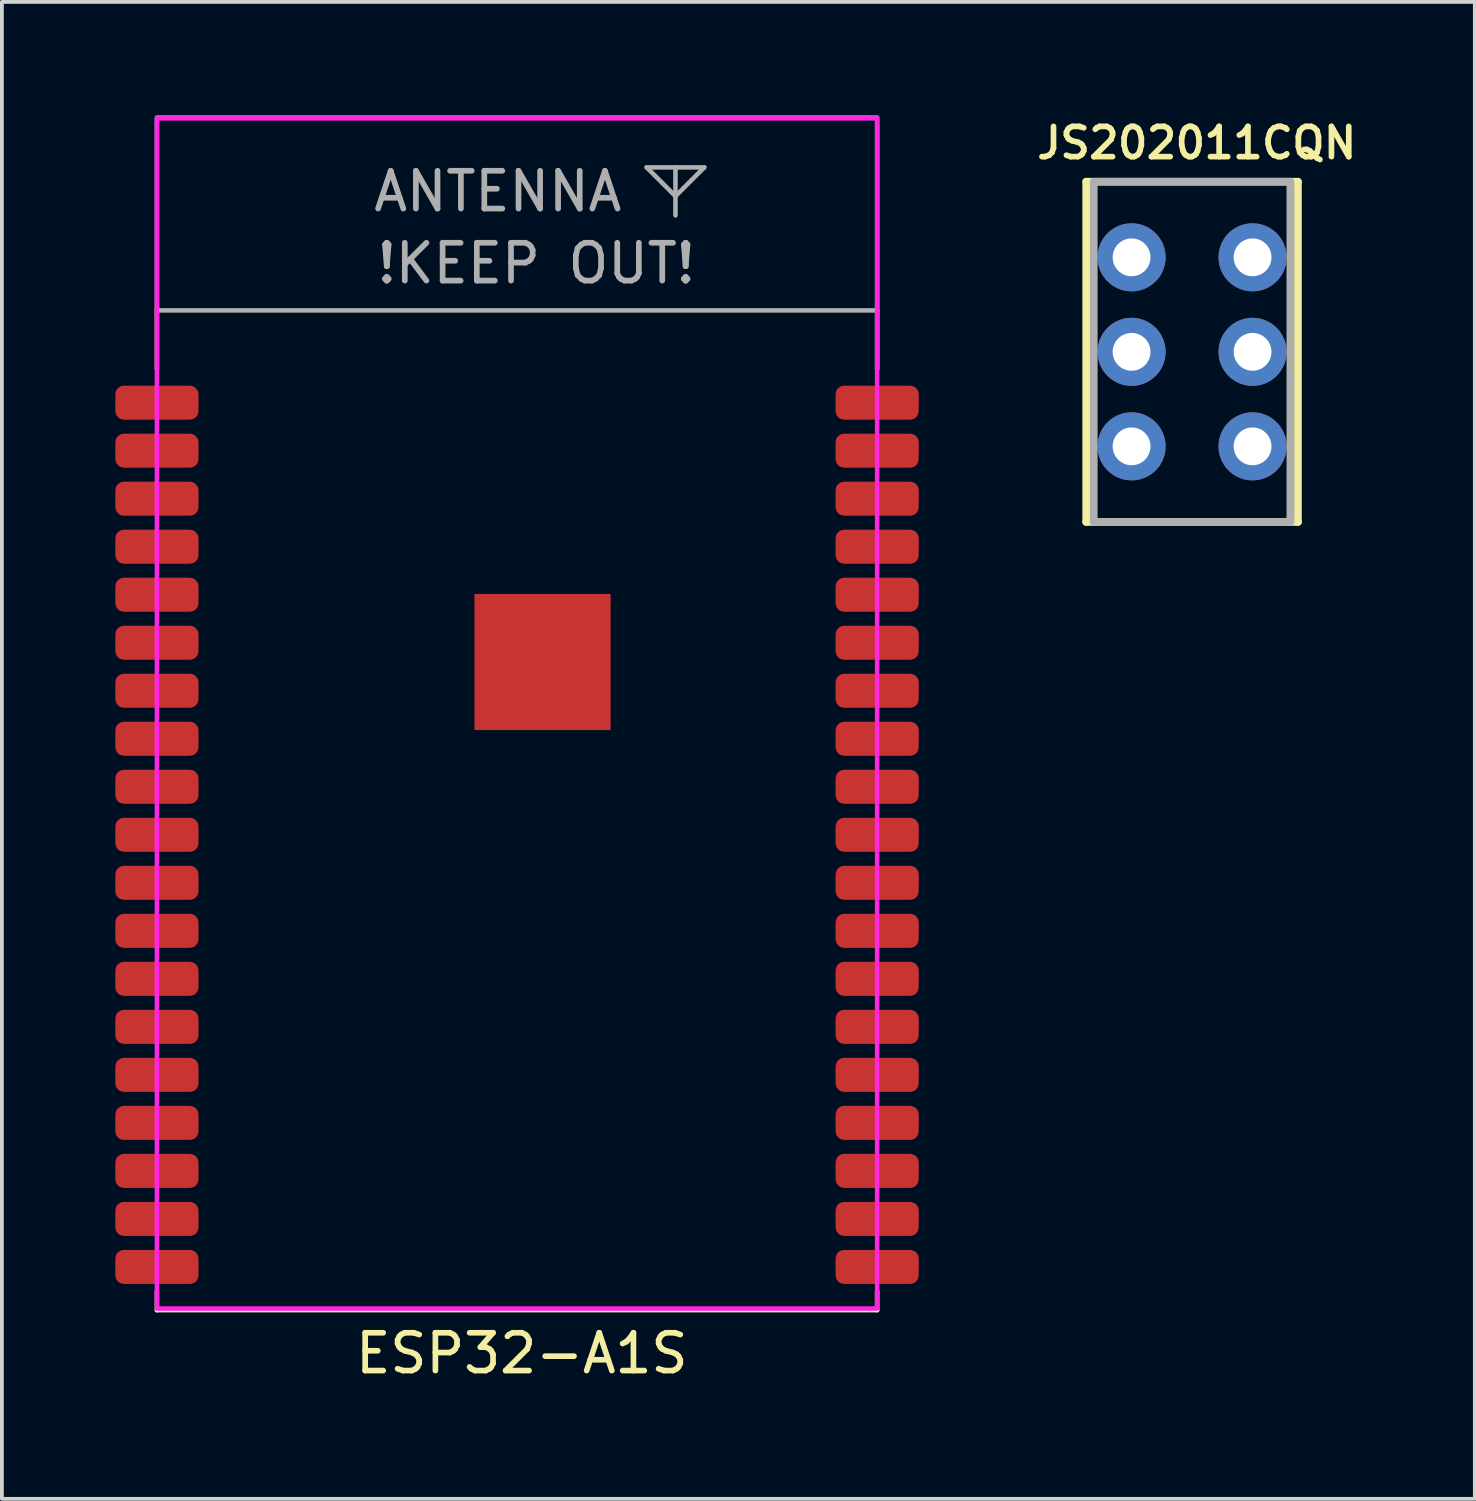
<source format=kicad_pcb>
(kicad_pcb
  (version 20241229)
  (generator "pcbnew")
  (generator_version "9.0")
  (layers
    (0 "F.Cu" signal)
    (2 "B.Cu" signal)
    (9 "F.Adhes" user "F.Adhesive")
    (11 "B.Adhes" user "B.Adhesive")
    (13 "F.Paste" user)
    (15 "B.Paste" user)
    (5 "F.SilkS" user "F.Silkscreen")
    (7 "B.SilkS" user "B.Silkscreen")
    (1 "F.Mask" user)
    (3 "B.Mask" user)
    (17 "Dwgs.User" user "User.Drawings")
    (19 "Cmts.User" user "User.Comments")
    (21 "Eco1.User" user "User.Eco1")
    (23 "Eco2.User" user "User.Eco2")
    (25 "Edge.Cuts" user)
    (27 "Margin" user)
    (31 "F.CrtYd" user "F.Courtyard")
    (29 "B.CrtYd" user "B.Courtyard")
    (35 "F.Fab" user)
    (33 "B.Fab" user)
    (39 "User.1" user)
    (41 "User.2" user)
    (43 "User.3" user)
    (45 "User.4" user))
  (footprint "ESP32-A1S"
    (layer "F.Cu")
    (at 1.1 7.6)
    (property "Reference" "ESP32-A1S" (at 9.652 25.146 0) (unlocked yes) (layer "F.SilkS") (effects (font (size 1 1) (thickness 0.15))))
    (attr smd)
    (fp_line (start 0 -2.44) (end 0 -0.889) (stroke (width 0.12) (type solid)) (layer "F.SilkS"))
    (fp_line (start 0 24.003) (end 0 23.495) (stroke (width 0.12) (type solid)) (layer "F.SilkS"))
    (fp_line (start 0 24.003) (end 19.05 24.003) (stroke (width 0.12) (type solid)) (layer "F.SilkS"))
    (fp_line (start 19.05 -2.44) (end 19.05 -0.889) (stroke (width 0.12) (type solid)) (layer "F.SilkS"))
    (fp_line (start 19.05 24.003) (end 19.05 23.495) (stroke (width 0.12) (type solid)) (layer "F.SilkS"))
    (fp_rect (start 0 -7.52) (end 19.05 23.96) (stroke (width 0.12) (type solid)) (fill no) (layer "F.CrtYd"))
    (fp_line (start 12.954 -6.223) (end 13.716 -5.461) (stroke (width 0.12) (type solid)) (layer "F.Fab"))
    (fp_line (start 12.954 -6.223) (end 14.478 -6.223) (stroke (width 0.12) (type solid)) (layer "F.Fab"))
    (fp_line (start 13.716 -6.223) (end 13.716 -4.953) (stroke (width 0.12) (type solid)) (layer "F.Fab"))
    (fp_line (start 13.716 -5.461) (end 14.478 -6.223) (stroke (width 0.12) (type solid)) (layer "F.Fab"))
    (fp_rect (start 0 -7.54) (end 19.05 -2.44) (stroke (width 0.12) (type solid)) (fill no) (layer "F.Fab"))
    (fp_text user "ANTENNA" (at 9.017 -5.588 0) (unlocked yes) (layer "F.Fab") (effects (font (size 1 1) (thickness 0.15))))
    (fp_text user "!KEEP OUT!" (at 10.033 -3.683 0) (unlocked yes) (layer "F.Fab") (effects (font (size 1 1) (thickness 0.15))))
    (pad "1" smd roundrect (at 0 0) (size 2.2 0.9) (layers "F.Cu" "F.Mask" "F.Paste") (roundrect_rratio 0.25))
    (pad "2" smd roundrect (at 0 1.27) (size 2.2 0.9) (layers "F.Cu" "F.Mask" "F.Paste") (roundrect_rratio 0.25))
    (pad "3" smd roundrect (at 0 2.54) (size 2.2 0.9) (layers "F.Cu" "F.Mask" "F.Paste") (roundrect_rratio 0.25))
    (pad "4" smd roundrect (at 0 3.81) (size 2.2 0.9) (layers "F.Cu" "F.Mask" "F.Paste") (roundrect_rratio 0.25))
    (pad "5" smd roundrect (at 0 5.08) (size 2.2 0.9) (layers "F.Cu" "F.Mask" "F.Paste") (roundrect_rratio 0.25))
    (pad "6" smd roundrect (at 0 6.35) (size 2.2 0.9) (layers "F.Cu" "F.Mask" "F.Paste") (roundrect_rratio 0.25))
    (pad "7" smd roundrect (at 0 7.62) (size 2.2 0.9) (layers "F.Cu" "F.Mask" "F.Paste") (roundrect_rratio 0.25))
    (pad "8" smd roundrect (at 0 8.89) (size 2.2 0.9) (layers "F.Cu" "F.Mask" "F.Paste") (roundrect_rratio 0.25))
    (pad "9" smd roundrect (at 0 10.16) (size 2.2 0.9) (layers "F.Cu" "F.Mask" "F.Paste") (roundrect_rratio 0.25))
    (pad "10" smd roundrect (at 0 11.43) (size 2.2 0.9) (layers "F.Cu" "F.Mask" "F.Paste") (roundrect_rratio 0.25))
    (pad "11" smd roundrect (at 0 12.7) (size 2.2 0.9) (layers "F.Cu" "F.Mask" "F.Paste") (roundrect_rratio 0.25))
    (pad "12" smd roundrect (at 0 13.97) (size 2.2 0.9) (layers "F.Cu" "F.Mask" "F.Paste") (roundrect_rratio 0.25))
    (pad "13" smd roundrect (at 0 15.24) (size 2.2 0.9) (layers "F.Cu" "F.Mask" "F.Paste") (roundrect_rratio 0.25))
    (pad "14" smd roundrect (at 0 16.51) (size 2.2 0.9) (layers "F.Cu" "F.Mask" "F.Paste") (roundrect_rratio 0.25))
    (pad "15" smd roundrect (at 0 17.78) (size 2.2 0.9) (layers "F.Cu" "F.Mask" "F.Paste") (roundrect_rratio 0.25))
    (pad "16" smd roundrect (at 0 19.05) (size 2.2 0.9) (layers "F.Cu" "F.Mask" "F.Paste") (roundrect_rratio 0.25))
    (pad "17" smd roundrect (at 0 20.32) (size 2.2 0.9) (layers "F.Cu" "F.Mask" "F.Paste") (roundrect_rratio 0.25))
    (pad "18" smd roundrect (at 0 21.59) (size 2.2 0.9) (layers "F.Cu" "F.Mask" "F.Paste") (roundrect_rratio 0.25))
    (pad "19" smd roundrect (at 0 22.86) (size 2.2 0.9) (layers "F.Cu" "F.Mask" "F.Paste") (roundrect_rratio 0.25))
    (pad "20" smd roundrect (at 19.05 22.86) (size 2.2 0.9) (layers "F.Cu" "F.Mask" "F.Paste") (roundrect_rratio 0.25))
    (pad "21" smd roundrect (at 19.05 21.59) (size 2.2 0.9) (layers "F.Cu" "F.Mask" "F.Paste") (roundrect_rratio 0.25))
    (pad "22" smd roundrect (at 19.05 20.32) (size 2.2 0.9) (layers "F.Cu" "F.Mask" "F.Paste") (roundrect_rratio 0.25))
    (pad "23" smd roundrect (at 19.05 19.05) (size 2.2 0.9) (layers "F.Cu" "F.Mask" "F.Paste") (roundrect_rratio 0.25))
    (pad "24" smd roundrect (at 19.05 17.78) (size 2.2 0.9) (layers "F.Cu" "F.Mask" "F.Paste") (roundrect_rratio 0.25))
    (pad "25" smd roundrect (at 19.05 16.51) (size 2.2 0.9) (layers "F.Cu" "F.Mask" "F.Paste") (roundrect_rratio 0.25))
    (pad "26" smd roundrect (at 19.05 15.24) (size 2.2 0.9) (layers "F.Cu" "F.Mask" "F.Paste") (roundrect_rratio 0.25))
    (pad "27" smd roundrect (at 19.05 13.97) (size 2.2 0.9) (layers "F.Cu" "F.Mask" "F.Paste") (roundrect_rratio 0.25))
    (pad "28" smd roundrect (at 19.05 12.7) (size 2.2 0.9) (layers "F.Cu" "F.Mask" "F.Paste") (roundrect_rratio 0.25))
    (pad "29" smd roundrect (at 19.05 11.43) (size 2.2 0.9) (layers "F.Cu" "F.Mask" "F.Paste") (roundrect_rratio 0.25))
    (pad "30" smd roundrect (at 19.05 10.16) (size 2.2 0.9) (layers "F.Cu" "F.Mask" "F.Paste") (roundrect_rratio 0.25))
    (pad "31" smd roundrect (at 19.05 8.89) (size 2.2 0.9) (layers "F.Cu" "F.Mask" "F.Paste") (roundrect_rratio 0.25))
    (pad "32" smd roundrect (at 19.05 7.62) (size 2.2 0.9) (layers "F.Cu" "F.Mask" "F.Paste") (roundrect_rratio 0.25))
    (pad "33" smd roundrect (at 19.05 6.35) (size 2.2 0.9) (layers "F.Cu" "F.Mask" "F.Paste") (roundrect_rratio 0.25))
    (pad "34" smd roundrect (at 19.05 5.08) (size 2.2 0.9) (layers "F.Cu" "F.Mask" "F.Paste") (roundrect_rratio 0.25))
    (pad "35" smd roundrect (at 19.05 3.81) (size 2.2 0.9) (layers "F.Cu" "F.Mask" "F.Paste") (roundrect_rratio 0.25))
    (pad "36" smd roundrect (at 19.05 2.54) (size 2.2 0.9) (layers "F.Cu" "F.Mask" "F.Paste") (roundrect_rratio 0.25))
    (pad "37" smd roundrect (at 19.05 1.27) (size 2.2 0.9) (layers "F.Cu" "F.Mask" "F.Paste") (roundrect_rratio 0.25))
    (pad "38" smd roundrect (at 19.05 0) (size 2.2 0.9) (layers "F.Cu" "F.Mask" "F.Paste") (roundrect_rratio 0.25))
    (pad "39" smd rect (at 10.2 6.86 90) (size 3.6 3.6) (layers "F.Cu" "F.Mask" "F.Paste"))
    (zone (net_name "") (layers "F.Cu" "B.Cu") (name "ANT") (hatch edge 0.508) (connect_pads) (min_thickness 0.254) (filled_areas_thickness no) (keepout (tracks not_allowed) (vias not_allowed) (pads not_allowed) (copperpour not_allowed) (footprints not_allowed)) (placement (enabled no)) (fill) (polygon (pts (xy 20.15 5.16) (xy 1.1 5.16) (xy 1.1 0.06) (xy 20.15 0.06)))))
  (footprint "JS202011CQN"
    (layer "F.Cu")
    (at 26.88 8.756)
    (property "Reference" "JS202011CQN" (at 1.725 -8.025 0) (layer "F.SilkS") (effects (font (size 0.8 0.8) (thickness 0.15))))
    (attr through_hole)
    (fp_line (start -1.2 -7) (end -1.2 2) (stroke (width 0.203) (type solid)) (layer "F.SilkS"))
    (fp_line (start -1.2 2) (end 4.4 2) (stroke (width 0.203) (type solid)) (layer "F.SilkS"))
    (fp_line (start 4.4 -7) (end -1.2 -7) (stroke (width 0.203) (type solid)) (layer "F.SilkS"))
    (fp_line (start 4.4 2) (end 4.4 -7) (stroke (width 0.203) (type solid)) (layer "F.SilkS"))
    (fp_line (start -1 -7) (end -1 2) (stroke (width 0.203) (type solid)) (layer "F.Fab"))
    (fp_line (start -1 2) (end 4.2 2) (stroke (width 0.203) (type solid)) (layer "F.Fab"))
    (fp_line (start 4.2 -7) (end -1 -7) (stroke (width 0.203) (type solid)) (layer "F.Fab"))
    (fp_line (start 4.2 2) (end 4.2 -7) (stroke (width 0.203) (type solid)) (layer "F.Fab"))
    (pad "1" thru_hole circle (at 0 0) (size 1.8 1.8) (drill 1) (layers "*.Cu" "*.Mask"))
    (pad "2" thru_hole circle (at 0 -2.5) (size 1.8 1.8) (drill 1) (layers "*.Cu" "*.Mask"))
    (pad "3" thru_hole circle (at 0 -5) (size 1.8 1.8) (drill 1) (layers "*.Cu" "*.Mask"))
    (pad "4" thru_hole circle (at 3.2 0) (size 1.8 1.8) (drill 1) (layers "*.Cu" "*.Mask"))
    (pad "5" thru_hole circle (at 3.2 -2.5) (size 1.8 1.8) (drill 1) (layers "*.Cu" "*.Mask"))
    (pad "6" thru_hole circle (at 3.2 -5) (size 1.8 1.8) (drill 1) (layers "*.Cu" "*.Mask")))
  (gr_rect
    (start -3 -3)
    (end 35.959 36.594)
    (stroke (width 0.1) (type default))
    (fill no)
    (layer "Edge.Cuts")))
</source>
